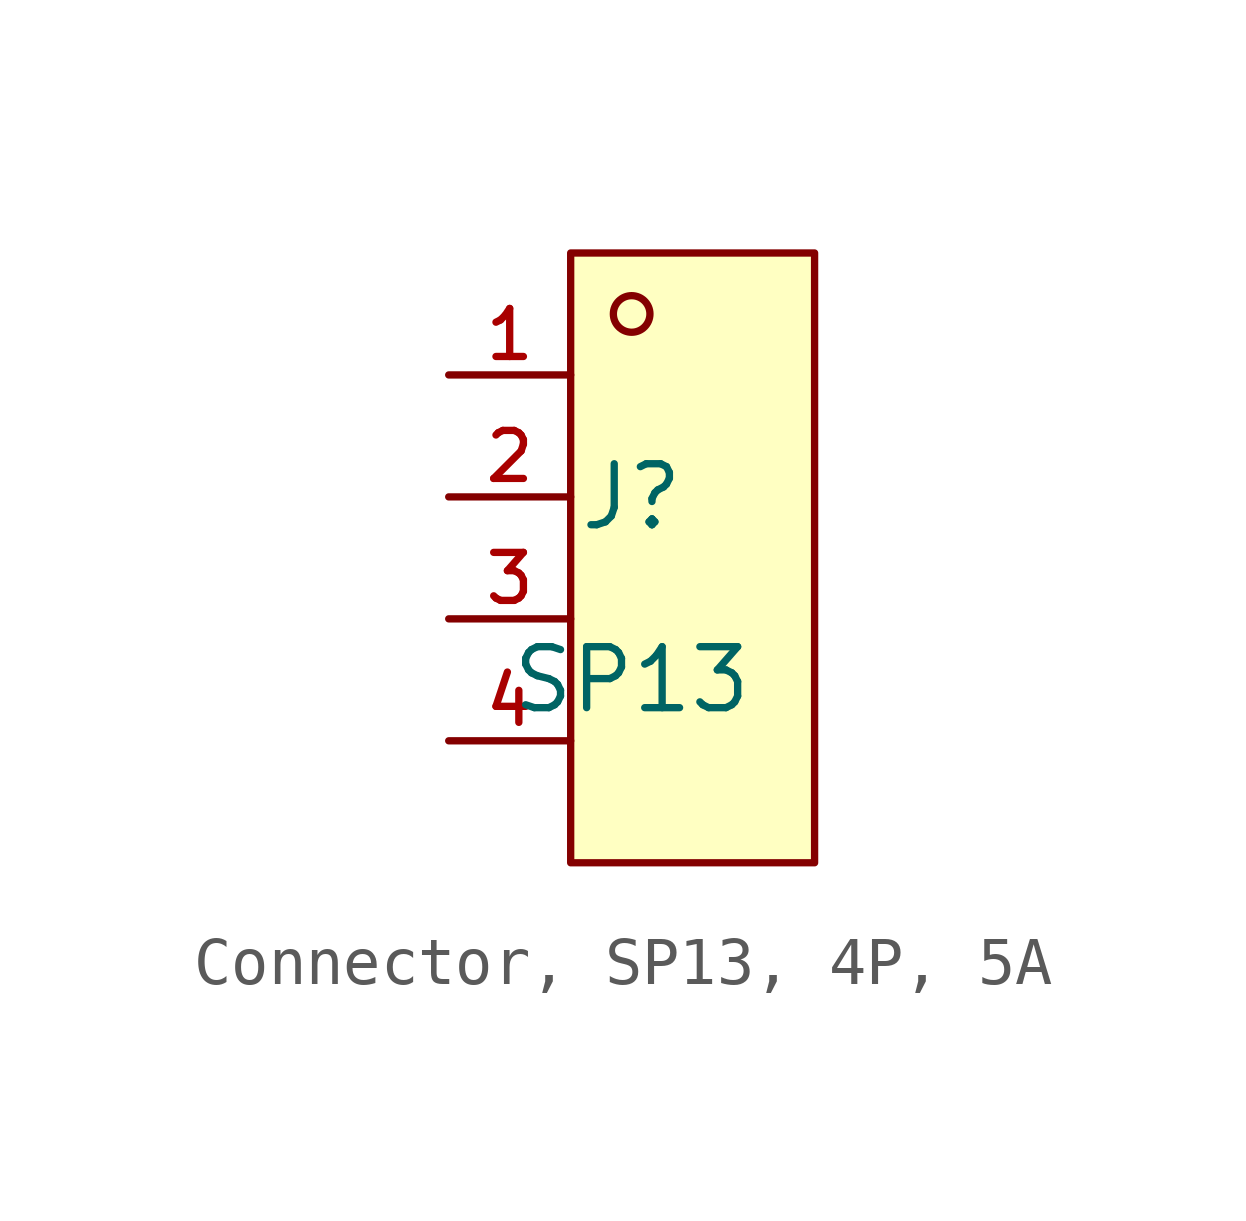
<source format=kicad_sym>
(kicad_symbol_lib
  (version 20231120)
  (generator "CDFER_Archive_Tool")
  (generator_version "0.0")
  (symbol "Connector, SP13, 4P, 5A"
    (pin_names hide)
    (property "Reference" "J"
      (at 0 1.27 0)
      (effects (font (size 1.27 1.27))))
    (property "Value" "SP13"
      (at 0 -2.54 0)
      (effects (font (size 1.27 1.27))))
    (symbol "Connector, SP13, 4P, 5A_0_1"
      (rectangle (start -1.27 6.35) (end 3.81 -6.35) (stroke (width 0) (type default)) (fill (type background)))
      (circle (center 0 5.08) (radius 0.381) (stroke (width 0) (type default)) (fill (type background)))
      (pin unspecified line (at -3.81 3.81 0) (length 2.54) (name "1" (effects (font (size 1 1)))) (number "1" (effects (font (size 1 1)))))
      (pin unspecified line (at -3.81 1.27 0) (length 2.54) (name "2" (effects (font (size 1 1)))) (number "2" (effects (font (size 1 1)))))
      (pin unspecified line (at -3.81 -1.27 0) (length 2.54) (name "3" (effects (font (size 1 1)))) (number "3" (effects (font (size 1 1)))))
      (pin unspecified line (at -3.81 -3.81 0) (length 2.54) (name "4" (effects (font (size 1 1)))) (number "4" (effects (font (size 1 1))))))))
</source>
